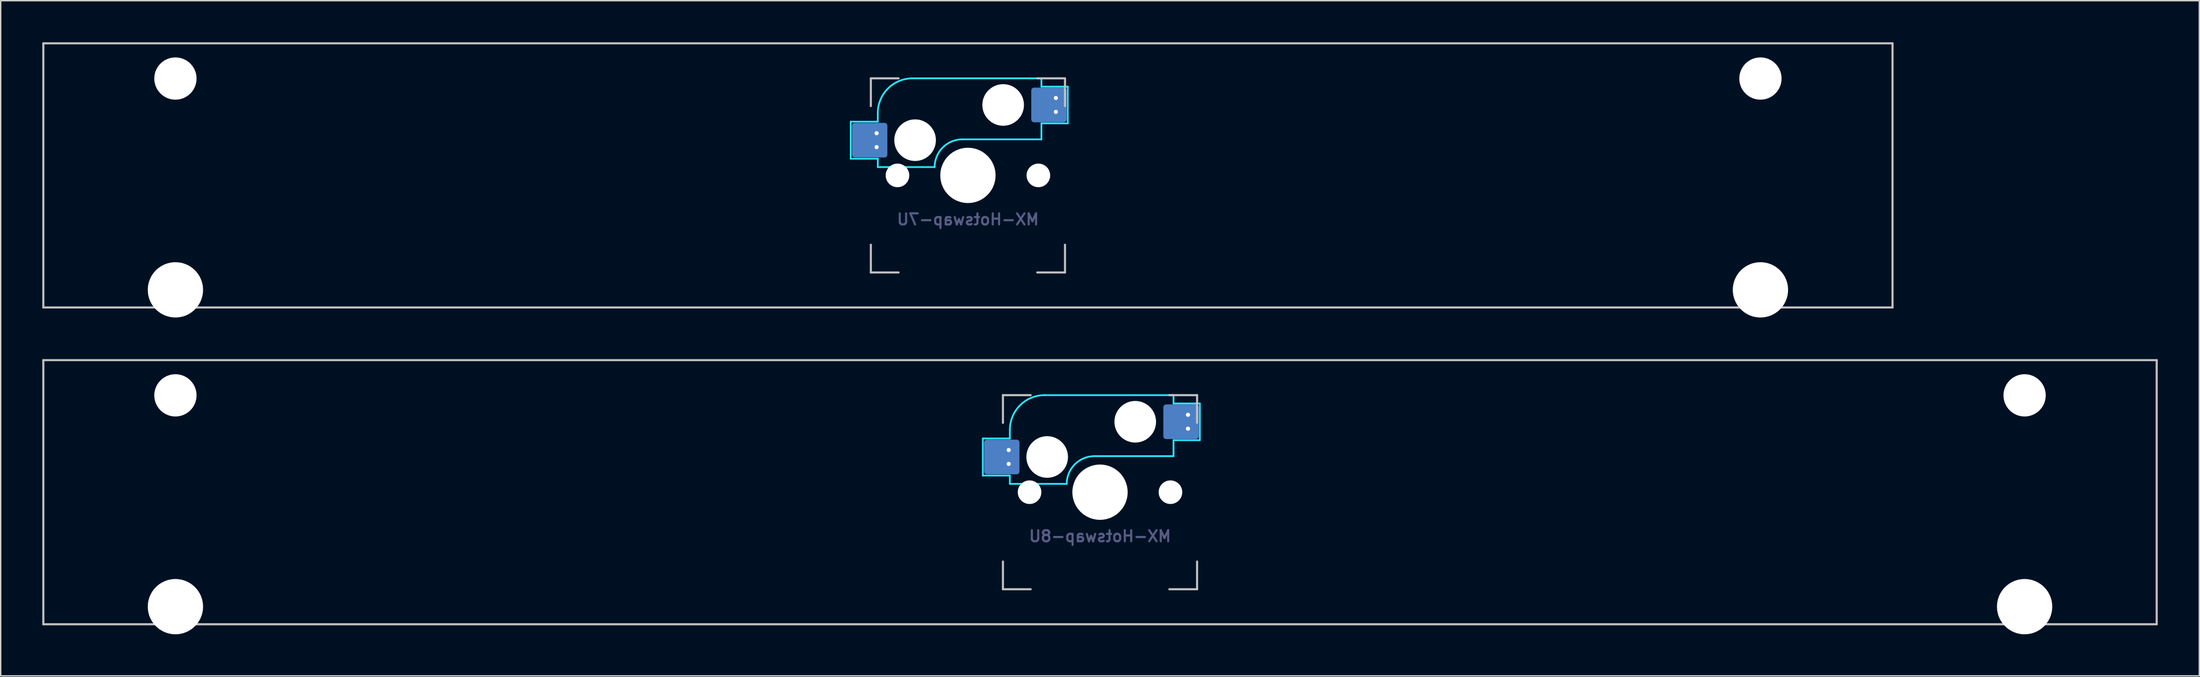
<source format=kicad_pcb>
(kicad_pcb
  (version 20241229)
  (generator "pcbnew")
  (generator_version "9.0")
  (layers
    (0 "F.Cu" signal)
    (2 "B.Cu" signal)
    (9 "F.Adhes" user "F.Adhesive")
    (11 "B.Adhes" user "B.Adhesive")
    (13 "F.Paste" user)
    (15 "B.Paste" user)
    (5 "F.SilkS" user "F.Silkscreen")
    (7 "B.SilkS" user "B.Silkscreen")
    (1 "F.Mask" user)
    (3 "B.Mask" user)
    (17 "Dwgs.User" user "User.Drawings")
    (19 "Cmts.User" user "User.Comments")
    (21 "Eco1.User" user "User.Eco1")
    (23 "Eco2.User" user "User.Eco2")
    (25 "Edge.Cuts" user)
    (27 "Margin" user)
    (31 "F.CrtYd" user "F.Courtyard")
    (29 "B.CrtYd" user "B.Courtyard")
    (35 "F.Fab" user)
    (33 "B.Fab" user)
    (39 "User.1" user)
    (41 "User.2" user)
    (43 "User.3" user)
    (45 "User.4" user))
  (footprint "MX-Hotswap-7U"
    (layer "F.Cu")
    (at 66.75 9.6)
    (property "Reference" "MX-Hotswap-7U" (at 0 3.175 0) (layer "B.Fab") (effects (font (size 0.8 0.8) (thickness 0.15)) (justify mirror)))
    (attr smd)
    (fp_line (start -66.675 9.525) (end -66.675 -9.525) (stroke (width 0.15) (type solid)) (layer "Dwgs.User"))
    (fp_line (start -7 -7) (end -7 -5) (stroke (width 0.15) (type solid)) (layer "Dwgs.User"))
    (fp_line (start -7 5) (end -7 7) (stroke (width 0.15) (type solid)) (layer "Dwgs.User"))
    (fp_line (start -7 7) (end -5 7) (stroke (width 0.15) (type solid)) (layer "Dwgs.User"))
    (fp_line (start -5 -7) (end -7 -7) (stroke (width 0.15) (type solid)) (layer "Dwgs.User"))
    (fp_line (start 5 -7) (end 7 -7) (stroke (width 0.15) (type solid)) (layer "Dwgs.User"))
    (fp_line (start 5 7) (end 7 7) (stroke (width 0.15) (type solid)) (layer "Dwgs.User"))
    (fp_line (start 7 -7) (end 7 -5) (stroke (width 0.15) (type solid)) (layer "Dwgs.User"))
    (fp_line (start 7 7) (end 7 5) (stroke (width 0.15) (type solid)) (layer "Dwgs.User"))
    (fp_line (start 66.675 -9.525) (end -66.675 -9.525) (stroke (width 0.15) (type solid)) (layer "Dwgs.User"))
    (fp_line (start 66.675 9.525) (end -66.675 9.525) (stroke (width 0.15) (type solid)) (layer "Dwgs.User"))
    (fp_line (start 66.675 9.525) (end 66.675 -9.525) (stroke (width 0.15) (type solid)) (layer "Dwgs.User"))
    (fp_line (start -8.45 -3.875) (end -8.45 -1.2) (stroke (width 0.127) (type solid)) (layer "B.CrtYd"))
    (fp_line (start -8.45 -1.2) (end -6.5 -1.2) (stroke (width 0.127) (type solid)) (layer "B.CrtYd"))
    (fp_line (start -6.5 -4.5) (end -6.5 -3.875) (stroke (width 0.127) (type solid)) (layer "B.CrtYd"))
    (fp_line (start -6.5 -3.875) (end -8.45 -3.875) (stroke (width 0.127) (type solid)) (layer "B.CrtYd"))
    (fp_line (start -6.5 -0.6) (end -6.5 -1.2) (stroke (width 0.127) (type solid)) (layer "B.CrtYd"))
    (fp_line (start -6.5 -0.6) (end -2.4 -0.6) (stroke (width 0.127) (type solid)) (layer "B.CrtYd"))
    (fp_line (start -0.4 -2.6) (end 5.3 -2.6) (stroke (width 0.127) (type solid)) (layer "B.CrtYd"))
    (fp_line (start 5.3 -7) (end -4 -7) (stroke (width 0.127) (type solid)) (layer "B.CrtYd"))
    (fp_line (start 5.3 -7) (end 5.3 -6.4) (stroke (width 0.127) (type solid)) (layer "B.CrtYd"))
    (fp_line (start 5.3 -6.4) (end 7.2 -6.4) (stroke (width 0.127) (type solid)) (layer "B.CrtYd"))
    (fp_line (start 5.3 -2.6) (end 5.3 -3.75) (stroke (width 0.127) (type solid)) (layer "B.CrtYd"))
    (fp_line (start 7.2 -6.4) (end 7.2 -3.75) (stroke (width 0.127) (type solid)) (layer "B.CrtYd"))
    (fp_line (start 7.2 -3.75) (end 5.3 -3.75) (stroke (width 0.127) (type solid)) (layer "B.CrtYd"))
    (fp_arc (start -6.5 -4.5) (mid -5.767767 -6.267767) (end -4 -7) (stroke (width 0.127) (type solid)) (layer "B.CrtYd"))
    (fp_arc (start -2.4 -0.6) (mid -1.814214 -2.014214) (end -0.4 -2.6) (stroke (width 0.127) (type solid)) (layer "B.CrtYd"))
    (pad "" np_thru_hole circle (at -57.15 -6.985) (size 3.048 3.048) (drill 3.048) (layers "*.Cu" "*.Mask"))
    (pad "" np_thru_hole circle (at -57.15 8.255) (size 3.988 3.988) (drill 3.988) (layers "*.Cu" "*.Mask"))
    (pad "" np_thru_hole circle (at -5.08 0 48.099) (size 1.702 1.702) (drill 1.702) (layers "*.Cu" "*.Mask"))
    (pad "" np_thru_hole circle (at -3.81 -2.54) (size 3 3) (drill 3) (layers "*.Cu" "*.Mask"))
    (pad "" np_thru_hole circle (at 0 0) (size 3.988 3.988) (drill 3.988) (layers "*.Cu" "*.Mask"))
    (pad "" np_thru_hole circle (at 2.54 -5.08) (size 3 3) (drill 3) (layers "*.Cu" "*.Mask"))
    (pad "" np_thru_hole circle (at 5.08 0 48.099) (size 1.702 1.702) (drill 1.702) (layers "*.Cu" "*.Mask"))
    (pad "" np_thru_hole circle (at 57.15 -6.985) (size 3.048 3.048) (drill 3.048) (layers "*.Cu" "*.Mask"))
    (pad "" np_thru_hole circle (at 57.15 8.255) (size 3.988 3.988) (drill 3.988) (layers "*.Cu" "*.Mask"))
    (pad "1" smd roundrect (at -7.085 -2.54) (size 2.55 2.5) (layers "B.Cu" "B.Mask" "B.Paste") (roundrect_rratio 0.08))
    (pad "1" thru_hole circle (at -6.585 -3.04) (size 0.6 0.6) (drill 0.3) (layers "*.Cu" "*.Mask"))
    (pad "1" thru_hole circle (at -6.585 -2.04) (size 0.6 0.6) (drill 0.3) (layers "*.Cu" "*.Mask"))
    (pad "2" smd roundrect (at 5.842 -5.08) (size 2.55 2.5) (layers "B.Cu" "B.Mask" "B.Paste") (roundrect_rratio 0.08))
    (pad "2" thru_hole circle (at 6.342 -5.58) (size 0.6 0.6) (drill 0.3) (layers "*.Cu" "*.Mask"))
    (pad "2" thru_hole circle (at 6.342 -4.58) (size 0.6 0.6) (drill 0.3) (layers "*.Cu" "*.Mask")))
  (footprint "MX-Hotswap-8U"
    (layer "F.Cu")
    (at 76.275 32.449)
    (property "Reference" "MX-Hotswap-8U" (at 0 3.175 0) (layer "B.Fab") (effects (font (size 0.8 0.8) (thickness 0.15)) (justify mirror)))
    (attr smd)
    (fp_line (start -76.2 9.525) (end -76.2 -9.525) (stroke (width 0.15) (type solid)) (layer "Dwgs.User"))
    (fp_line (start -7 -7) (end -7 -5) (stroke (width 0.15) (type solid)) (layer "Dwgs.User"))
    (fp_line (start -7 5) (end -7 7) (stroke (width 0.15) (type solid)) (layer "Dwgs.User"))
    (fp_line (start -7 7) (end -5 7) (stroke (width 0.15) (type solid)) (layer "Dwgs.User"))
    (fp_line (start -5 -7) (end -7 -7) (stroke (width 0.15) (type solid)) (layer "Dwgs.User"))
    (fp_line (start 5 -7) (end 7 -7) (stroke (width 0.15) (type solid)) (layer "Dwgs.User"))
    (fp_line (start 5 7) (end 7 7) (stroke (width 0.15) (type solid)) (layer "Dwgs.User"))
    (fp_line (start 7 -7) (end 7 -5) (stroke (width 0.15) (type solid)) (layer "Dwgs.User"))
    (fp_line (start 7 7) (end 7 5) (stroke (width 0.15) (type solid)) (layer "Dwgs.User"))
    (fp_line (start 76.2 -9.525) (end -76.2 -9.525) (stroke (width 0.15) (type solid)) (layer "Dwgs.User"))
    (fp_line (start 76.2 9.525) (end -76.2 9.525) (stroke (width 0.15) (type solid)) (layer "Dwgs.User"))
    (fp_line (start 76.2 9.525) (end 76.2 -9.525) (stroke (width 0.15) (type solid)) (layer "Dwgs.User"))
    (fp_line (start -8.45 -3.875) (end -8.45 -1.2) (stroke (width 0.127) (type solid)) (layer "B.CrtYd"))
    (fp_line (start -8.45 -1.2) (end -6.5 -1.2) (stroke (width 0.127) (type solid)) (layer "B.CrtYd"))
    (fp_line (start -6.5 -4.5) (end -6.5 -3.875) (stroke (width 0.127) (type solid)) (layer "B.CrtYd"))
    (fp_line (start -6.5 -3.875) (end -8.45 -3.875) (stroke (width 0.127) (type solid)) (layer "B.CrtYd"))
    (fp_line (start -6.5 -0.6) (end -6.5 -1.2) (stroke (width 0.127) (type solid)) (layer "B.CrtYd"))
    (fp_line (start -6.5 -0.6) (end -2.4 -0.6) (stroke (width 0.127) (type solid)) (layer "B.CrtYd"))
    (fp_line (start -0.4 -2.6) (end 5.3 -2.6) (stroke (width 0.127) (type solid)) (layer "B.CrtYd"))
    (fp_line (start 5.3 -7) (end -4 -7) (stroke (width 0.127) (type solid)) (layer "B.CrtYd"))
    (fp_line (start 5.3 -7) (end 5.3 -6.4) (stroke (width 0.127) (type solid)) (layer "B.CrtYd"))
    (fp_line (start 5.3 -6.4) (end 7.2 -6.4) (stroke (width 0.127) (type solid)) (layer "B.CrtYd"))
    (fp_line (start 5.3 -2.6) (end 5.3 -3.75) (stroke (width 0.127) (type solid)) (layer "B.CrtYd"))
    (fp_line (start 7.2 -6.4) (end 7.2 -3.75) (stroke (width 0.127) (type solid)) (layer "B.CrtYd"))
    (fp_line (start 7.2 -3.75) (end 5.3 -3.75) (stroke (width 0.127) (type solid)) (layer "B.CrtYd"))
    (fp_arc (start -6.5 -4.5) (mid -5.767767 -6.267767) (end -4 -7) (stroke (width 0.127) (type solid)) (layer "B.CrtYd"))
    (fp_arc (start -2.4 -0.6) (mid -1.814214 -2.014214) (end -0.4 -2.6) (stroke (width 0.127) (type solid)) (layer "B.CrtYd"))
    (pad "" np_thru_hole circle (at -66.675 -6.985) (size 3.048 3.048) (drill 3.048) (layers "*.Cu" "*.Mask"))
    (pad "" np_thru_hole circle (at -66.675 8.255) (size 3.988 3.988) (drill 3.988) (layers "*.Cu" "*.Mask"))
    (pad "" np_thru_hole circle (at -5.08 0 48.099) (size 1.702 1.702) (drill 1.702) (layers "*.Cu" "*.Mask"))
    (pad "" np_thru_hole circle (at -3.81 -2.54) (size 3 3) (drill 3) (layers "*.Cu" "*.Mask"))
    (pad "" np_thru_hole circle (at 0 0) (size 3.988 3.988) (drill 3.988) (layers "*.Cu" "*.Mask"))
    (pad "" np_thru_hole circle (at 2.54 -5.08) (size 3 3) (drill 3) (layers "*.Cu" "*.Mask"))
    (pad "" np_thru_hole circle (at 5.08 0 48.099) (size 1.702 1.702) (drill 1.702) (layers "*.Cu" "*.Mask"))
    (pad "" np_thru_hole circle (at 66.675 -6.985) (size 3.048 3.048) (drill 3.048) (layers "*.Cu" "*.Mask"))
    (pad "" np_thru_hole circle (at 66.675 8.255) (size 3.988 3.988) (drill 3.988) (layers "*.Cu" "*.Mask"))
    (pad "1" smd roundrect (at -7.085 -2.54) (size 2.55 2.5) (layers "B.Cu" "B.Mask" "B.Paste") (roundrect_rratio 0.08))
    (pad "1" thru_hole circle (at -6.585 -3.04) (size 0.6 0.6) (drill 0.3) (layers "*.Cu" "*.Mask"))
    (pad "1" thru_hole circle (at -6.585 -2.04) (size 0.6 0.6) (drill 0.3) (layers "*.Cu" "*.Mask"))
    (pad "2" smd roundrect (at 5.842 -5.08) (size 2.55 2.5) (layers "B.Cu" "B.Mask" "B.Paste") (roundrect_rratio 0.08))
    (pad "2" thru_hole circle (at 6.342 -5.58) (size 0.6 0.6) (drill 0.3) (layers "*.Cu" "*.Mask"))
    (pad "2" thru_hole circle (at 6.342 -4.58) (size 0.6 0.6) (drill 0.3) (layers "*.Cu" "*.Mask")))
  (gr_rect
    (start -3 -3)
    (end 155.55 45.698)
    (stroke (width 0.1) (type default))
    (fill no)
    (layer "Edge.Cuts")))
</source>
